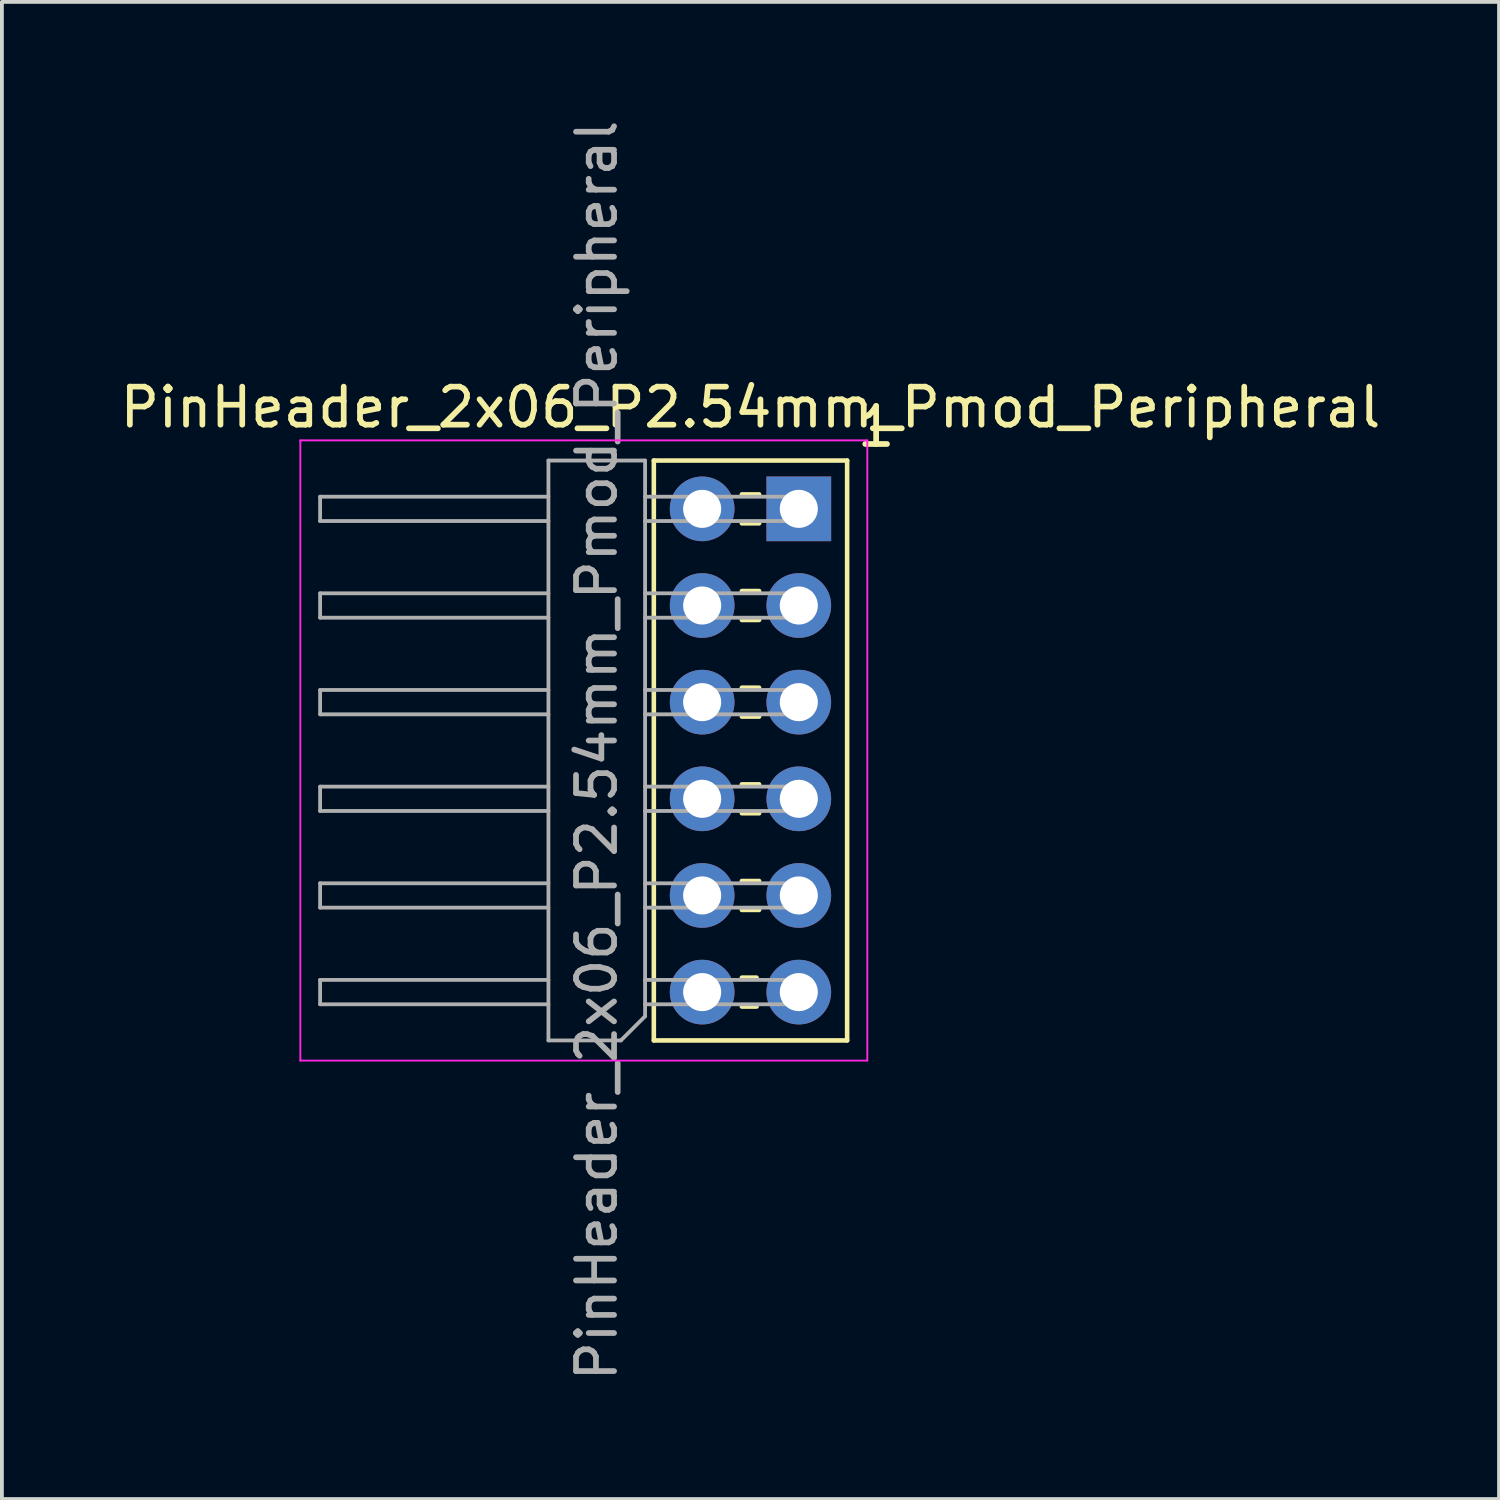
<source format=kicad_pcb>
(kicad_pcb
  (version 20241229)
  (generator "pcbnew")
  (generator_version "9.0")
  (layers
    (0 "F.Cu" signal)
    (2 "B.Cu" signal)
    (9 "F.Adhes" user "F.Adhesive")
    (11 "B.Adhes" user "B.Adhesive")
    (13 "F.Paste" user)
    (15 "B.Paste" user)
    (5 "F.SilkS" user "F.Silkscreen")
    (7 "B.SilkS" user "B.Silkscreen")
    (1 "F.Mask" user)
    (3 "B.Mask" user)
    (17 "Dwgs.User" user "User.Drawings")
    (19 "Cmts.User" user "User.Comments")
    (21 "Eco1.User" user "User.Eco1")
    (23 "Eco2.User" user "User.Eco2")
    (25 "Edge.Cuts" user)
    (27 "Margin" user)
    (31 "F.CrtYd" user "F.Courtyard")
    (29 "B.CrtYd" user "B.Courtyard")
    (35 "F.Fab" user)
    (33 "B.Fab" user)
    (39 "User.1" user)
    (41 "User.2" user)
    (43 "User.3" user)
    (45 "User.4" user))
  (footprint "PinHeader_2x06_P2.54mm_Pmod_Peripheral"
    (layer "F.Cu")
    (at 17.943 23.023)
    (property "Reference" "PinHeader_2x06_P2.54mm_Pmod_Peripheral" (at -1.27 -15.367 0) (layer "F.SilkS") (effects (font (size 1 1) (thickness 0.15))))
    (attr through_hole)
    (fp_line (start -3.81 -13.97) (end 1.27 -13.97) (stroke (width 0.12) (type solid)) (layer "F.SilkS"))
    (fp_line (start -3.81 1.27) (end -3.81 -13.97) (stroke (width 0.12) (type solid)) (layer "F.SilkS"))
    (fp_line (start -1.11 -0.38) (end -1.497 -0.38) (stroke (width 0.12) (type solid)) (layer "F.SilkS"))
    (fp_line (start -1.11 0.38) (end -1.497 0.38) (stroke (width 0.12) (type solid)) (layer "F.SilkS"))
    (fp_line (start -1.043 -13.08) (end -1.497 -13.08) (stroke (width 0.12) (type solid)) (layer "F.SilkS"))
    (fp_line (start -1.043 -12.32) (end -1.497 -12.32) (stroke (width 0.12) (type solid)) (layer "F.SilkS"))
    (fp_line (start -1.043 -10.54) (end -1.497 -10.54) (stroke (width 0.12) (type solid)) (layer "F.SilkS"))
    (fp_line (start -1.043 -9.78) (end -1.497 -9.78) (stroke (width 0.12) (type solid)) (layer "F.SilkS"))
    (fp_line (start -1.043 -8) (end -1.497 -8) (stroke (width 0.12) (type solid)) (layer "F.SilkS"))
    (fp_line (start -1.043 -7.24) (end -1.497 -7.24) (stroke (width 0.12) (type solid)) (layer "F.SilkS"))
    (fp_line (start -1.043 -5.46) (end -1.497 -5.46) (stroke (width 0.12) (type solid)) (layer "F.SilkS"))
    (fp_line (start -1.043 -4.7) (end -1.497 -4.7) (stroke (width 0.12) (type solid)) (layer "F.SilkS"))
    (fp_line (start -1.043 -2.92) (end -1.497 -2.92) (stroke (width 0.12) (type solid)) (layer "F.SilkS"))
    (fp_line (start -1.043 -2.16) (end -1.497 -2.16) (stroke (width 0.12) (type solid)) (layer "F.SilkS"))
    (fp_line (start 1.27 -13.97) (end 1.27 1.27) (stroke (width 0.12) (type solid)) (layer "F.SilkS"))
    (fp_line (start 1.27 1.27) (end -3.81 1.27) (stroke (width 0.12) (type solid)) (layer "F.SilkS"))
    (fp_line (start -13.1 -14.5) (end -13.1 1.8) (stroke (width 0.05) (type solid)) (layer "F.CrtYd"))
    (fp_line (start -13.1 1.8) (end 1.8 1.8) (stroke (width 0.05) (type solid)) (layer "F.CrtYd"))
    (fp_line (start 1.8 -14.5) (end -13.1 -14.5) (stroke (width 0.05) (type solid)) (layer "F.CrtYd"))
    (fp_line (start 1.8 1.8) (end 1.8 -14.5) (stroke (width 0.05) (type solid)) (layer "F.CrtYd"))
    (fp_line (start -12.58 -12.38) (end -12.58 -13.02) (stroke (width 0.1) (type solid)) (layer "F.Fab"))
    (fp_line (start -12.58 -9.84) (end -12.58 -10.48) (stroke (width 0.1) (type solid)) (layer "F.Fab"))
    (fp_line (start -12.58 -7.3) (end -12.58 -7.94) (stroke (width 0.1) (type solid)) (layer "F.Fab"))
    (fp_line (start -12.58 -4.76) (end -12.58 -5.4) (stroke (width 0.1) (type solid)) (layer "F.Fab"))
    (fp_line (start -12.58 -2.22) (end -12.58 -2.86) (stroke (width 0.1) (type solid)) (layer "F.Fab"))
    (fp_line (start -12.58 0.32) (end -12.58 -0.32) (stroke (width 0.1) (type solid)) (layer "F.Fab"))
    (fp_line (start -6.58 -13.97) (end -4.04 -13.97) (stroke (width 0.1) (type solid)) (layer "F.Fab"))
    (fp_line (start -6.58 -13.02) (end -12.58 -13.02) (stroke (width 0.1) (type solid)) (layer "F.Fab"))
    (fp_line (start -6.58 -12.38) (end -12.58 -12.38) (stroke (width 0.1) (type solid)) (layer "F.Fab"))
    (fp_line (start -6.58 -10.48) (end -12.58 -10.48) (stroke (width 0.1) (type solid)) (layer "F.Fab"))
    (fp_line (start -6.58 -9.84) (end -12.58 -9.84) (stroke (width 0.1) (type solid)) (layer "F.Fab"))
    (fp_line (start -6.58 -7.94) (end -12.58 -7.94) (stroke (width 0.1) (type solid)) (layer "F.Fab"))
    (fp_line (start -6.58 -7.3) (end -12.58 -7.3) (stroke (width 0.1) (type solid)) (layer "F.Fab"))
    (fp_line (start -6.58 -5.4) (end -12.58 -5.4) (stroke (width 0.1) (type solid)) (layer "F.Fab"))
    (fp_line (start -6.58 -4.76) (end -12.58 -4.76) (stroke (width 0.1) (type solid)) (layer "F.Fab"))
    (fp_line (start -6.58 -2.86) (end -12.58 -2.86) (stroke (width 0.1) (type solid)) (layer "F.Fab"))
    (fp_line (start -6.58 -2.22) (end -12.58 -2.22) (stroke (width 0.1) (type solid)) (layer "F.Fab"))
    (fp_line (start -6.58 -0.32) (end -12.58 -0.32) (stroke (width 0.1) (type solid)) (layer "F.Fab"))
    (fp_line (start -6.58 0.32) (end -12.58 0.32) (stroke (width 0.1) (type solid)) (layer "F.Fab"))
    (fp_line (start -6.58 1.27) (end -6.58 -13.97) (stroke (width 0.1) (type solid)) (layer "F.Fab"))
    (fp_line (start -4.675 1.27) (end -6.58 1.27) (stroke (width 0.1) (type solid)) (layer "F.Fab"))
    (fp_line (start -4.04 -13.97) (end -4.04 0.635) (stroke (width 0.1) (type solid)) (layer "F.Fab"))
    (fp_line (start -4.04 0.635) (end -4.675 1.27) (stroke (width 0.1) (type solid)) (layer "F.Fab"))
    (fp_line (start 0.32 -13.02) (end -4.04 -13.02) (stroke (width 0.1) (type solid)) (layer "F.Fab"))
    (fp_line (start 0.32 -12.38) (end -4.04 -12.38) (stroke (width 0.1) (type solid)) (layer "F.Fab"))
    (fp_line (start 0.32 -12.38) (end 0.32 -13.02) (stroke (width 0.1) (type solid)) (layer "F.Fab"))
    (fp_line (start 0.32 -10.48) (end -4.04 -10.48) (stroke (width 0.1) (type solid)) (layer "F.Fab"))
    (fp_line (start 0.32 -9.84) (end -4.04 -9.84) (stroke (width 0.1) (type solid)) (layer "F.Fab"))
    (fp_line (start 0.32 -9.84) (end 0.32 -10.48) (stroke (width 0.1) (type solid)) (layer "F.Fab"))
    (fp_line (start 0.32 -7.94) (end -4.04 -7.94) (stroke (width 0.1) (type solid)) (layer "F.Fab"))
    (fp_line (start 0.32 -7.3) (end -4.04 -7.3) (stroke (width 0.1) (type solid)) (layer "F.Fab"))
    (fp_line (start 0.32 -7.3) (end 0.32 -7.94) (stroke (width 0.1) (type solid)) (layer "F.Fab"))
    (fp_line (start 0.32 -5.4) (end -4.04 -5.4) (stroke (width 0.1) (type solid)) (layer "F.Fab"))
    (fp_line (start 0.32 -4.76) (end -4.04 -4.76) (stroke (width 0.1) (type solid)) (layer "F.Fab"))
    (fp_line (start 0.32 -4.76) (end 0.32 -5.4) (stroke (width 0.1) (type solid)) (layer "F.Fab"))
    (fp_line (start 0.32 -2.86) (end -4.04 -2.86) (stroke (width 0.1) (type solid)) (layer "F.Fab"))
    (fp_line (start 0.32 -2.22) (end -4.04 -2.22) (stroke (width 0.1) (type solid)) (layer "F.Fab"))
    (fp_line (start 0.32 -2.22) (end 0.32 -2.86) (stroke (width 0.1) (type solid)) (layer "F.Fab"))
    (fp_line (start 0.32 -0.32) (end -4.04 -0.32) (stroke (width 0.1) (type solid)) (layer "F.Fab"))
    (fp_line (start 0.32 0.32) (end -4.04 0.32) (stroke (width 0.1) (type solid)) (layer "F.Fab"))
    (fp_line (start 0.32 0.32) (end 0.32 -0.32) (stroke (width 0.1) (type solid)) (layer "F.Fab"))
    (fp_text user "1" (at 2.032 -14.859 0) (layer "F.SilkS") (effects (font (size 1 1) (thickness 0.15))))
    (fp_text user "${REFERENCE}" (at -5.31 -6.35 270) (layer "F.Fab") (effects (font (size 1 1) (thickness 0.15))))
    (pad "1" thru_hole rect (at 0 -12.7 180) (size 1.7 1.7) (drill 1) (layers "*.Cu" "*.Mask"))
    (pad "2" thru_hole oval (at 0 -10.16 180) (size 1.7 1.7) (drill 1) (layers "*.Cu" "*.Mask"))
    (pad "3" thru_hole oval (at 0 -7.62 180) (size 1.7 1.7) (drill 1) (layers "*.Cu" "*.Mask"))
    (pad "4" thru_hole oval (at 0 -5.08 180) (size 1.7 1.7) (drill 1) (layers "*.Cu" "*.Mask"))
    (pad "5" thru_hole oval (at 0 -2.54 180) (size 1.7 1.7) (drill 1) (layers "*.Cu" "*.Mask"))
    (pad "6" thru_hole oval (at 0 0 180) (size 1.7 1.7) (drill 1) (layers "*.Cu" "*.Mask"))
    (pad "7" thru_hole oval (at -2.54 -12.7 180) (size 1.7 1.7) (drill 1) (layers "*.Cu" "*.Mask"))
    (pad "8" thru_hole oval (at -2.54 -10.16 180) (size 1.7 1.7) (drill 1) (layers "*.Cu" "*.Mask"))
    (pad "9" thru_hole oval (at -2.54 -7.62 180) (size 1.7 1.7) (drill 1) (layers "*.Cu" "*.Mask"))
    (pad "10" thru_hole oval (at -2.54 -5.08 180) (size 1.7 1.7) (drill 1) (layers "*.Cu" "*.Mask"))
    (pad "11" thru_hole oval (at -2.54 -2.54 180) (size 1.7 1.7) (drill 1) (layers "*.Cu" "*.Mask"))
    (pad "12" thru_hole oval (at -2.54 0 180) (size 1.7 1.7) (drill 1) (layers "*.Cu" "*.Mask")))
  (gr_rect
    (start -3 -3)
    (end 36.345 36.345)
    (stroke (width 0.1) (type default))
    (fill no)
    (layer "Edge.Cuts")))
</source>
